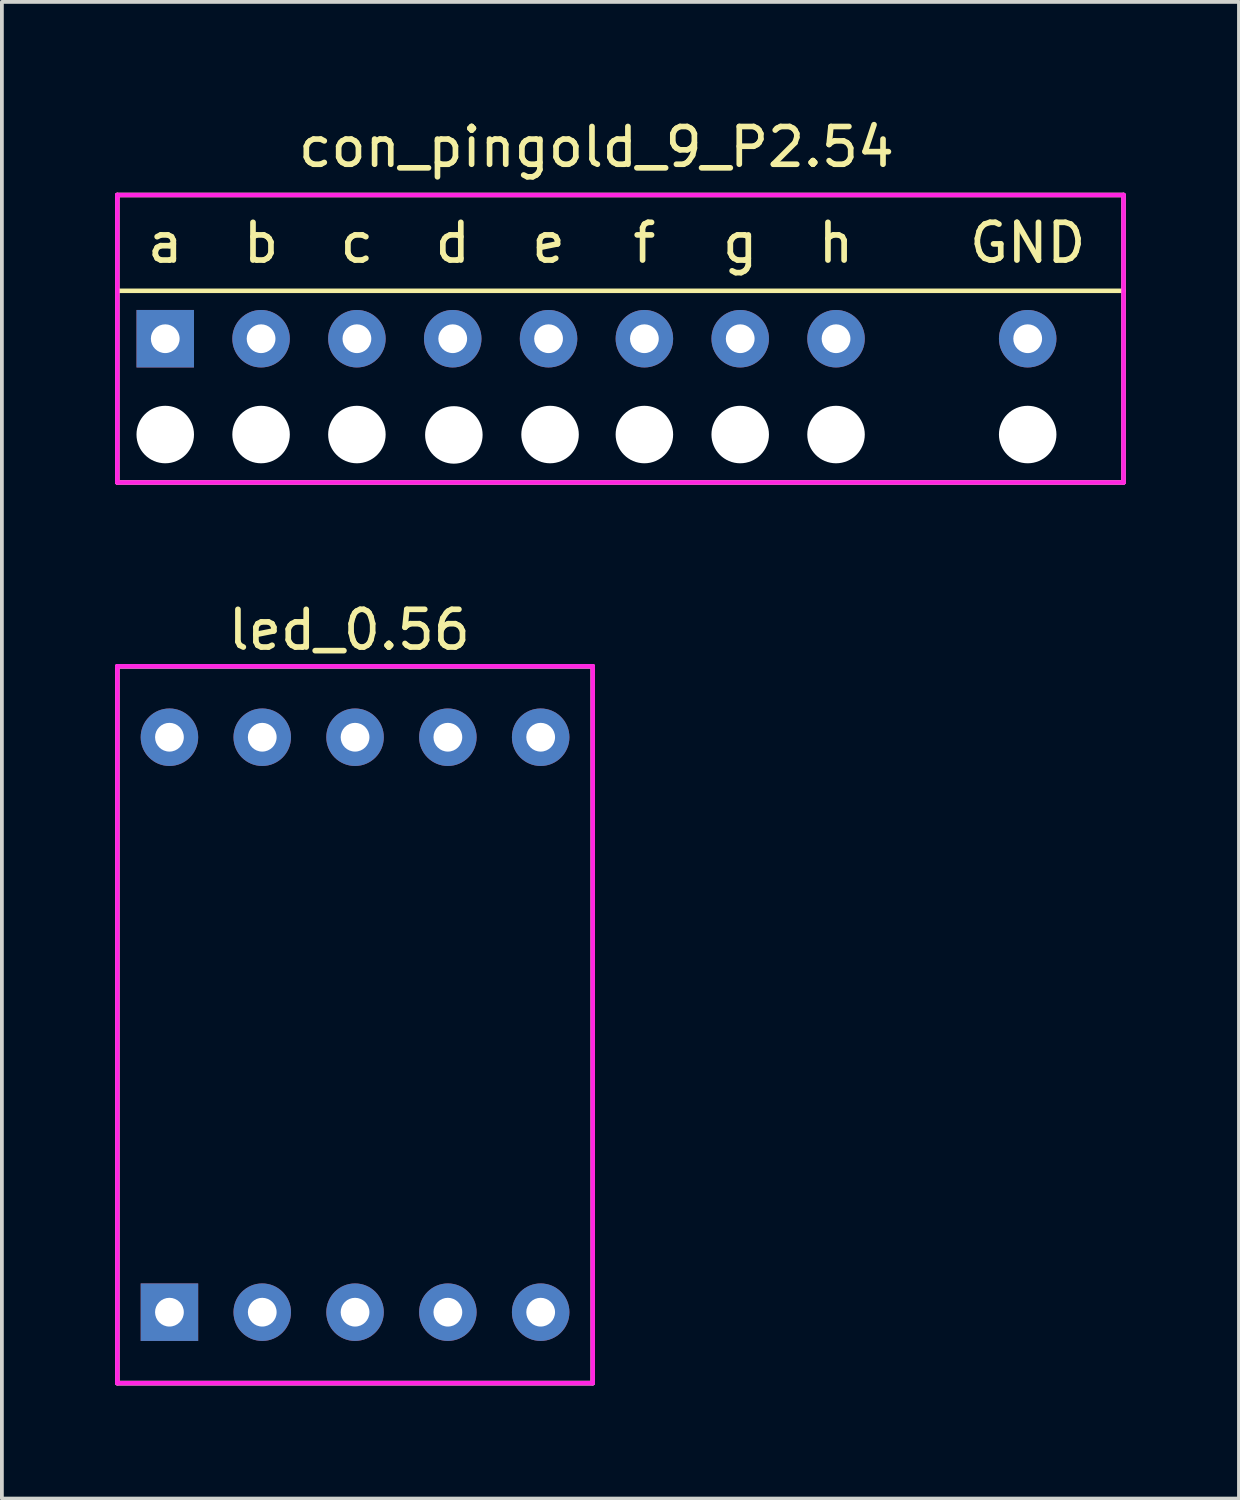
<source format=kicad_pcb>
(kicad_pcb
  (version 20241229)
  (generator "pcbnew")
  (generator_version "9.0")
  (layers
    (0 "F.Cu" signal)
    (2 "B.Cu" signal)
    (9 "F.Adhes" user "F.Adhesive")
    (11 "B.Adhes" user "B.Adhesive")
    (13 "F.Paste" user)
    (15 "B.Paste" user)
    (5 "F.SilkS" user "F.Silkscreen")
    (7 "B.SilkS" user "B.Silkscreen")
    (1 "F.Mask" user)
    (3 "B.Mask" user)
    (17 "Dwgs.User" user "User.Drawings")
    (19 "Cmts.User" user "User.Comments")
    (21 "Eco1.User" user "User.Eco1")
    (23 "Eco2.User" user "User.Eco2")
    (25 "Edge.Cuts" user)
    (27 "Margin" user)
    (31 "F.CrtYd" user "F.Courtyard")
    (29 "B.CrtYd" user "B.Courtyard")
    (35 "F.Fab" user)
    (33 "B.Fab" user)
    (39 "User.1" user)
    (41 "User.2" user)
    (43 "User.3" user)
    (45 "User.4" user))
  (footprint "led_0.56"
    (layer "F.Cu")
    (at 6.361 24.111)
    (property "Reference" "led_0.56" (at -0.152 -10.465 0) (layer "F.SilkS") (effects (font (size 1 1) (thickness 0.15))))
    (attr through_hole)
    (fp_line (start -6.301 9.5) (end 6.299 9.5) (stroke (width 0.12) (type solid)) (layer "F.SilkS"))
    (fp_line (start -6.3 -9.5) (end -6.3 9.5) (stroke (width 0.12) (type solid)) (layer "F.SilkS"))
    (fp_line (start -6.3 -9.5) (end 6.3 -9.5) (stroke (width 0.12) (type solid)) (layer "F.SilkS"))
    (fp_line (start 6.299 -9.5) (end 6.299 9.5) (stroke (width 0.12) (type solid)) (layer "F.SilkS"))
    (fp_line (start -6.3 -9.5) (end -6.3 9.5) (stroke (width 0.12) (type solid)) (layer "F.CrtYd"))
    (fp_line (start -6.3 -9.5) (end 6.3 -9.5) (stroke (width 0.12) (type solid)) (layer "F.CrtYd"))
    (fp_line (start -6.3 9.5) (end 6.3 9.5) (stroke (width 0.12) (type solid)) (layer "F.CrtYd"))
    (fp_line (start 6.299 -9.5) (end 6.299 9.5) (stroke (width 0.12) (type solid)) (layer "F.CrtYd"))
    (fp_line (start -6.301 -9.5) (end 6.299 -9.5) (stroke (width 0.12) (type solid)) (layer "F.Fab"))
    (fp_line (start -6.301 9.5) (end 6.299 9.5) (stroke (width 0.12) (type solid)) (layer "F.Fab"))
    (pad "1" thru_hole rect (at -4.92 7.62) (size 1.524 1.524) (drill 0.762) (layers "*.Cu" "*.Mask"))
    (pad "2" thru_hole circle (at -2.46 7.62) (size 1.524 1.524) (drill 0.762) (layers "*.Cu" "*.Mask"))
    (pad "3" thru_hole circle (at 0 7.62) (size 1.524 1.524) (drill 0.762) (layers "*.Cu" "*.Mask"))
    (pad "4" thru_hole circle (at 2.46 7.62) (size 1.524 1.524) (drill 0.762) (layers "*.Cu" "*.Mask"))
    (pad "5" thru_hole circle (at 4.92 7.62) (size 1.524 1.524) (drill 0.762) (layers "*.Cu" "*.Mask"))
    (pad "6" thru_hole circle (at 4.92 -7.62) (size 1.524 1.524) (drill 0.762) (layers "*.Cu" "*.Mask"))
    (pad "7" thru_hole circle (at 2.46 -7.62) (size 1.524 1.524) (drill 0.762) (layers "*.Cu" "*.Mask"))
    (pad "8" thru_hole circle (at 0 -7.62) (size 1.524 1.524) (drill 0.762) (layers "*.Cu" "*.Mask"))
    (pad "9" thru_hole circle (at -2.46 -7.62) (size 1.524 1.524) (drill 0.762) (layers "*.Cu" "*.Mask"))
    (pad "10" thru_hole circle (at -4.92 -7.62) (size 1.524 1.524) (drill 0.762) (layers "*.Cu" "*.Mask")))
  (footprint "con_pingold_9_P2.54"
    (layer "F.Cu")
    (at 1.33 5.928)
    (property "Reference" "con_pingold_9_P2.54" (at 11.43 -5.08 0) (layer "F.SilkS") (effects (font (size 1 1) (thickness 0.15))))
    (attr through_hole)
    (fp_line (start -1.27 -3.81) (end 25.4 -3.81) (stroke (width 0.12) (type solid)) (layer "F.SilkS"))
    (fp_line (start -1.27 -1.27) (end 25.4 -1.27) (stroke (width 0.12) (type solid)) (layer "F.SilkS"))
    (fp_line (start -1.27 3.81) (end -1.27 -3.81) (stroke (width 0.12) (type solid)) (layer "F.SilkS"))
    (fp_line (start 25.4 -3.81) (end 25.4 3.81) (stroke (width 0.12) (type solid)) (layer "F.SilkS"))
    (fp_line (start 25.4 3.81) (end -1.27 3.81) (stroke (width 0.12) (type solid)) (layer "F.SilkS"))
    (fp_line (start -1.27 -3.81) (end 25.4 -3.81) (stroke (width 0.12) (type solid)) (layer "F.CrtYd"))
    (fp_line (start -1.27 3.81) (end -1.27 -3.81) (stroke (width 0.12) (type solid)) (layer "F.CrtYd"))
    (fp_line (start 25.4 -3.81) (end 25.4 3.81) (stroke (width 0.12) (type solid)) (layer "F.CrtYd"))
    (fp_line (start 25.4 3.81) (end -1.27 3.81) (stroke (width 0.12) (type solid)) (layer "F.CrtYd"))
    (fp_text user "a" (at 0 -2.54 0) (layer "F.SilkS") (effects (font (size 1 1) (thickness 0.15))))
    (fp_text user "d" (at 7.62 -2.54 0) (layer "F.SilkS") (effects (font (size 1 1) (thickness 0.15))))
    (fp_text user "b" (at 2.54 -2.54 0) (layer "F.SilkS") (effects (font (size 1 1) (thickness 0.15))))
    (fp_text user "c" (at 5.08 -2.54 0) (layer "F.SilkS") (effects (font (size 1 1) (thickness 0.15))))
    (fp_text user "h" (at 17.78 -2.54 0) (layer "F.SilkS") (effects (font (size 1 1) (thickness 0.15))))
    (fp_text user "GND" (at 22.86 -2.54 0) (unlocked yes) (layer "F.SilkS") (effects (font (size 1 1) (thickness 0.15))))
    (fp_text user "e" (at 10.16 -2.54 0) (layer "F.SilkS") (effects (font (size 1 1) (thickness 0.15))))
    (fp_text user "g" (at 15.24 -2.54 0) (layer "F.SilkS") (effects (font (size 1 1) (thickness 0.15))))
    (fp_text user "f" (at 12.7 -2.54 0) (layer "F.SilkS") (effects (font (size 1 1) (thickness 0.15))))
    (pad "" np_thru_hole circle (at 0 2.54) (size 1.524 1.524) (drill 1.524) (layers "*.Cu" "*.Mask"))
    (pad "" np_thru_hole circle (at 2.54 2.54) (size 1.524 1.524) (drill 1.524) (layers "*.Cu" "*.Mask"))
    (pad "" np_thru_hole circle (at 5.08 2.54) (size 1.524 1.524) (drill 1.524) (layers "*.Cu" "*.Mask"))
    (pad "" np_thru_hole circle (at 7.65 2.55) (size 1.524 1.524) (drill 1.524) (layers "*.Cu" "*.Mask"))
    (pad "" np_thru_hole circle (at 10.2 2.54) (size 1.524 1.524) (drill 1.524) (layers "*.Cu" "*.Mask"))
    (pad "" np_thru_hole circle (at 12.7 2.54) (size 1.524 1.524) (drill 1.524) (layers "*.Cu" "*.Mask"))
    (pad "" np_thru_hole circle (at 15.24 2.54) (size 1.524 1.524) (drill 1.524) (layers "*.Cu" "*.Mask"))
    (pad "" np_thru_hole circle (at 17.78 2.54) (size 1.524 1.524) (drill 1.524) (layers "*.Cu" "*.Mask"))
    (pad "" np_thru_hole circle (at 22.86 2.54) (size 1.524 1.524) (drill 1.524) (layers "*.Cu" "*.Mask"))
    (pad "1" thru_hole rect (at 0 0) (size 1.524 1.524) (drill 0.762) (layers "*.Cu" "*.Mask"))
    (pad "2" thru_hole circle (at 2.54 0) (size 1.524 1.524) (drill 0.762) (layers "*.Cu" "*.Mask"))
    (pad "3" thru_hole circle (at 5.08 0) (size 1.524 1.524) (drill 0.762) (layers "*.Cu" "*.Mask"))
    (pad "4" thru_hole circle (at 7.62 0) (size 1.524 1.524) (drill 0.762) (layers "*.Cu" "*.Mask"))
    (pad "5" thru_hole circle (at 10.16 0) (size 1.524 1.524) (drill 0.762) (layers "*.Cu" "*.Mask"))
    (pad "6" thru_hole circle (at 12.7 0) (size 1.524 1.524) (drill 0.762) (layers "*.Cu" "*.Mask"))
    (pad "7" thru_hole circle (at 15.24 0) (size 1.524 1.524) (drill 0.762) (layers "*.Cu" "*.Mask"))
    (pad "8" thru_hole circle (at 17.78 0) (size 1.524 1.524) (drill 0.762) (layers "*.Cu" "*.Mask"))
    (pad "9" thru_hole circle (at 22.86 0) (size 1.524 1.524) (drill 0.762) (layers "*.Cu" "*.Mask")))
  (gr_rect
    (start -3 -3)
    (end 29.79 36.671)
    (stroke (width 0.1) (type default))
    (fill no)
    (layer "Edge.Cuts")))
</source>
